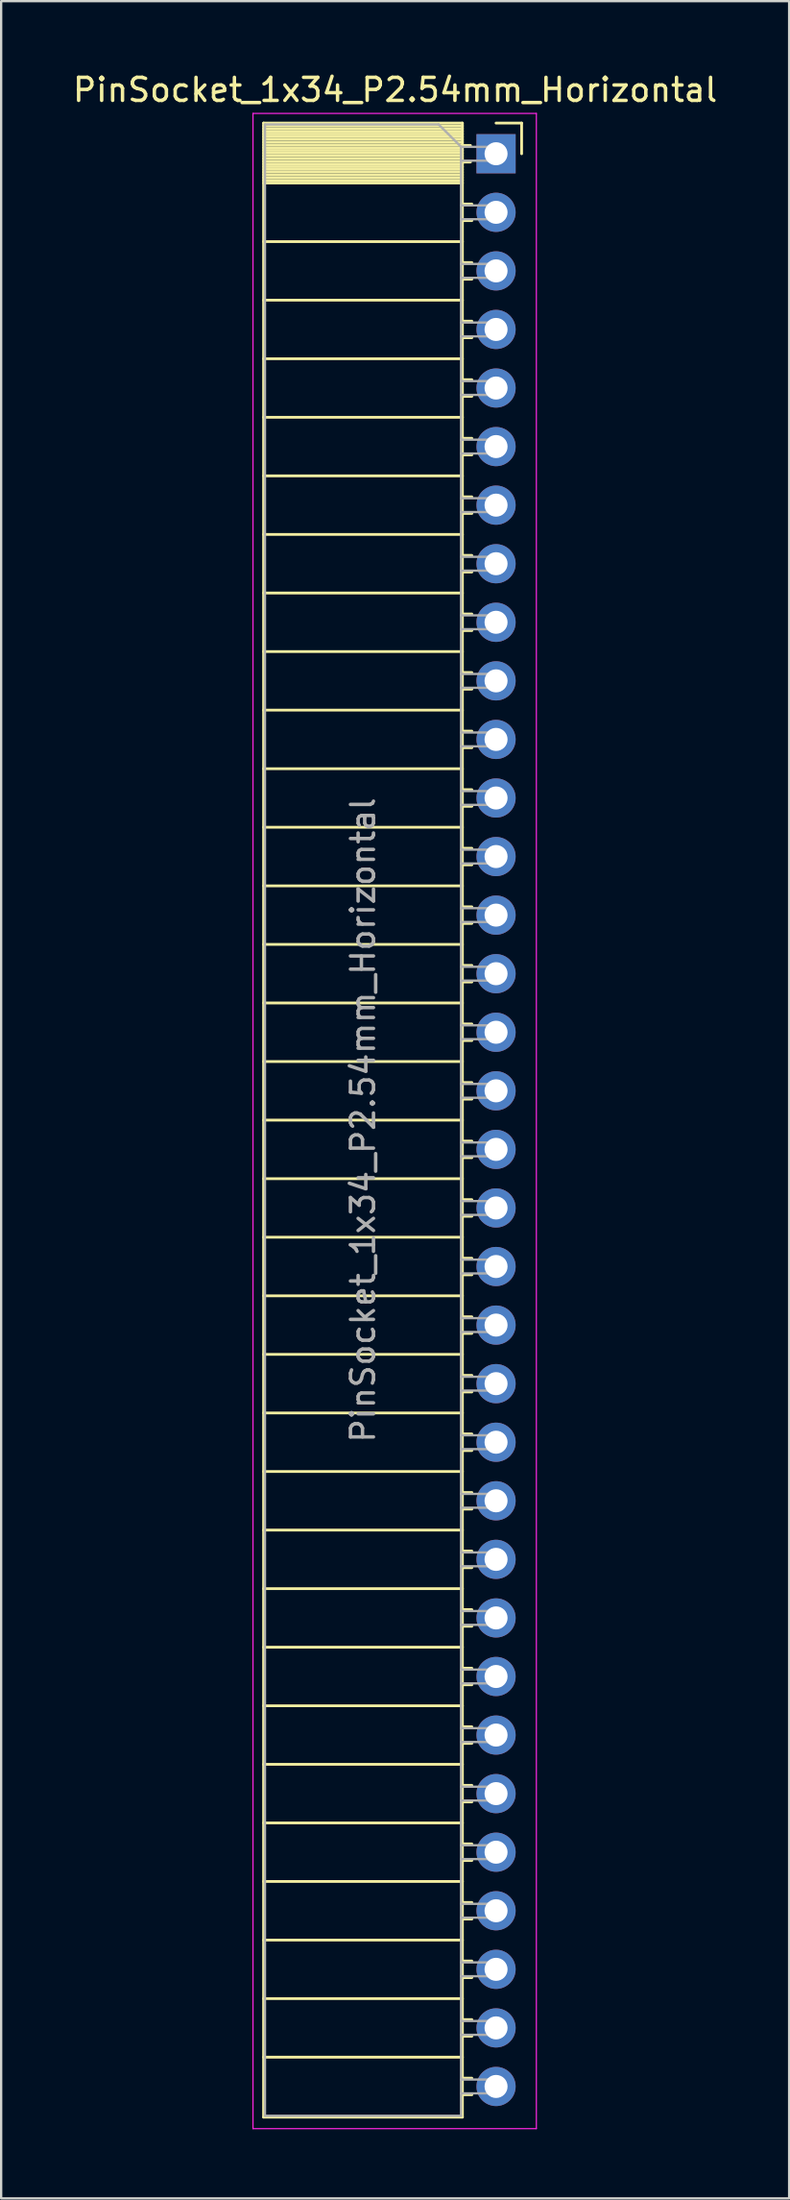
<source format=kicad_pcb>
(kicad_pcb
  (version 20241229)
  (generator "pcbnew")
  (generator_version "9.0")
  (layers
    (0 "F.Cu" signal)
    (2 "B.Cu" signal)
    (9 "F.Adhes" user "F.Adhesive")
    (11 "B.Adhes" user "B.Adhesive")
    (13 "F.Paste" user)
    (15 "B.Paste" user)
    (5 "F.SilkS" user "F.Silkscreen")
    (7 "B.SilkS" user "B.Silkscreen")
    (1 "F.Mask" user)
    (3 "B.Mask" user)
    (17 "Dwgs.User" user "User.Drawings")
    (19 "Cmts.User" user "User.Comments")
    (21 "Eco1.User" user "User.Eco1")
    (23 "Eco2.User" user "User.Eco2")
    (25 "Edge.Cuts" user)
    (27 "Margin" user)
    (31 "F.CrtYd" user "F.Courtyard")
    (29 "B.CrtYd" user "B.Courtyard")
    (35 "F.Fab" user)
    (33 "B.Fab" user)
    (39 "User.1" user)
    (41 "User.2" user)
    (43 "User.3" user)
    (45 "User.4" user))
  (footprint "PinSocket_1x34_P2.54mm_Horizontal"
    (layer "F.Cu")
    (at 18.481 3.618)
    (property "Reference" "PinSocket_1x34_P2.54mm_Horizontal" (at -4.38 -2.77 0) (layer "F.SilkS") (effects (font (size 1 1) (thickness 0.15))))
    (attr through_hole)
    (fp_line (start -10.09 -1.33) (end -10.09 85.15) (stroke (width 0.12) (type solid)) (layer "F.SilkS"))
    (fp_line (start -10.09 -1.33) (end -1.46 -1.33) (stroke (width 0.12) (type solid)) (layer "F.SilkS"))
    (fp_line (start -10.09 -1.21) (end -1.46 -1.21) (stroke (width 0.12) (type solid)) (layer "F.SilkS"))
    (fp_line (start -10.09 -1.092) (end -1.46 -1.092) (stroke (width 0.12) (type solid)) (layer "F.SilkS"))
    (fp_line (start -10.09 -0.974) (end -1.46 -0.974) (stroke (width 0.12) (type solid)) (layer "F.SilkS"))
    (fp_line (start -10.09 -0.856) (end -1.46 -0.856) (stroke (width 0.12) (type solid)) (layer "F.SilkS"))
    (fp_line (start -10.09 -0.738) (end -1.46 -0.738) (stroke (width 0.12) (type solid)) (layer "F.SilkS"))
    (fp_line (start -10.09 -0.62) (end -1.46 -0.62) (stroke (width 0.12) (type solid)) (layer "F.SilkS"))
    (fp_line (start -10.09 -0.501) (end -1.46 -0.501) (stroke (width 0.12) (type solid)) (layer "F.SilkS"))
    (fp_line (start -10.09 -0.383) (end -1.46 -0.383) (stroke (width 0.12) (type solid)) (layer "F.SilkS"))
    (fp_line (start -10.09 -0.265) (end -1.46 -0.265) (stroke (width 0.12) (type solid)) (layer "F.SilkS"))
    (fp_line (start -10.09 -0.147) (end -1.46 -0.147) (stroke (width 0.12) (type solid)) (layer "F.SilkS"))
    (fp_line (start -10.09 -0.029) (end -1.46 -0.029) (stroke (width 0.12) (type solid)) (layer "F.SilkS"))
    (fp_line (start -10.09 0.089) (end -1.46 0.089) (stroke (width 0.12) (type solid)) (layer "F.SilkS"))
    (fp_line (start -10.09 0.207) (end -1.46 0.207) (stroke (width 0.12) (type solid)) (layer "F.SilkS"))
    (fp_line (start -10.09 0.325) (end -1.46 0.325) (stroke (width 0.12) (type solid)) (layer "F.SilkS"))
    (fp_line (start -10.09 0.443) (end -1.46 0.443) (stroke (width 0.12) (type solid)) (layer "F.SilkS"))
    (fp_line (start -10.09 0.561) (end -1.46 0.561) (stroke (width 0.12) (type solid)) (layer "F.SilkS"))
    (fp_line (start -10.09 0.68) (end -1.46 0.68) (stroke (width 0.12) (type solid)) (layer "F.SilkS"))
    (fp_line (start -10.09 0.798) (end -1.46 0.798) (stroke (width 0.12) (type solid)) (layer "F.SilkS"))
    (fp_line (start -10.09 0.916) (end -1.46 0.916) (stroke (width 0.12) (type solid)) (layer "F.SilkS"))
    (fp_line (start -10.09 1.034) (end -1.46 1.034) (stroke (width 0.12) (type solid)) (layer "F.SilkS"))
    (fp_line (start -10.09 1.152) (end -1.46 1.152) (stroke (width 0.12) (type solid)) (layer "F.SilkS"))
    (fp_line (start -10.09 1.27) (end -1.46 1.27) (stroke (width 0.12) (type solid)) (layer "F.SilkS"))
    (fp_line (start -10.09 3.81) (end -1.46 3.81) (stroke (width 0.12) (type solid)) (layer "F.SilkS"))
    (fp_line (start -10.09 6.35) (end -1.46 6.35) (stroke (width 0.12) (type solid)) (layer "F.SilkS"))
    (fp_line (start -10.09 8.89) (end -1.46 8.89) (stroke (width 0.12) (type solid)) (layer "F.SilkS"))
    (fp_line (start -10.09 11.43) (end -1.46 11.43) (stroke (width 0.12) (type solid)) (layer "F.SilkS"))
    (fp_line (start -10.09 13.97) (end -1.46 13.97) (stroke (width 0.12) (type solid)) (layer "F.SilkS"))
    (fp_line (start -10.09 16.51) (end -1.46 16.51) (stroke (width 0.12) (type solid)) (layer "F.SilkS"))
    (fp_line (start -10.09 19.05) (end -1.46 19.05) (stroke (width 0.12) (type solid)) (layer "F.SilkS"))
    (fp_line (start -10.09 21.59) (end -1.46 21.59) (stroke (width 0.12) (type solid)) (layer "F.SilkS"))
    (fp_line (start -10.09 24.13) (end -1.46 24.13) (stroke (width 0.12) (type solid)) (layer "F.SilkS"))
    (fp_line (start -10.09 26.67) (end -1.46 26.67) (stroke (width 0.12) (type solid)) (layer "F.SilkS"))
    (fp_line (start -10.09 29.21) (end -1.46 29.21) (stroke (width 0.12) (type solid)) (layer "F.SilkS"))
    (fp_line (start -10.09 31.75) (end -1.46 31.75) (stroke (width 0.12) (type solid)) (layer "F.SilkS"))
    (fp_line (start -10.09 34.29) (end -1.46 34.29) (stroke (width 0.12) (type solid)) (layer "F.SilkS"))
    (fp_line (start -10.09 36.83) (end -1.46 36.83) (stroke (width 0.12) (type solid)) (layer "F.SilkS"))
    (fp_line (start -10.09 39.37) (end -1.46 39.37) (stroke (width 0.12) (type solid)) (layer "F.SilkS"))
    (fp_line (start -10.09 41.91) (end -1.46 41.91) (stroke (width 0.12) (type solid)) (layer "F.SilkS"))
    (fp_line (start -10.09 44.45) (end -1.46 44.45) (stroke (width 0.12) (type solid)) (layer "F.SilkS"))
    (fp_line (start -10.09 46.99) (end -1.46 46.99) (stroke (width 0.12) (type solid)) (layer "F.SilkS"))
    (fp_line (start -10.09 49.53) (end -1.46 49.53) (stroke (width 0.12) (type solid)) (layer "F.SilkS"))
    (fp_line (start -10.09 52.07) (end -1.46 52.07) (stroke (width 0.12) (type solid)) (layer "F.SilkS"))
    (fp_line (start -10.09 54.61) (end -1.46 54.61) (stroke (width 0.12) (type solid)) (layer "F.SilkS"))
    (fp_line (start -10.09 57.15) (end -1.46 57.15) (stroke (width 0.12) (type solid)) (layer "F.SilkS"))
    (fp_line (start -10.09 59.69) (end -1.46 59.69) (stroke (width 0.12) (type solid)) (layer "F.SilkS"))
    (fp_line (start -10.09 62.23) (end -1.46 62.23) (stroke (width 0.12) (type solid)) (layer "F.SilkS"))
    (fp_line (start -10.09 64.77) (end -1.46 64.77) (stroke (width 0.12) (type solid)) (layer "F.SilkS"))
    (fp_line (start -10.09 67.31) (end -1.46 67.31) (stroke (width 0.12) (type solid)) (layer "F.SilkS"))
    (fp_line (start -10.09 69.85) (end -1.46 69.85) (stroke (width 0.12) (type solid)) (layer "F.SilkS"))
    (fp_line (start -10.09 72.39) (end -1.46 72.39) (stroke (width 0.12) (type solid)) (layer "F.SilkS"))
    (fp_line (start -10.09 74.93) (end -1.46 74.93) (stroke (width 0.12) (type solid)) (layer "F.SilkS"))
    (fp_line (start -10.09 77.47) (end -1.46 77.47) (stroke (width 0.12) (type solid)) (layer "F.SilkS"))
    (fp_line (start -10.09 80.01) (end -1.46 80.01) (stroke (width 0.12) (type solid)) (layer "F.SilkS"))
    (fp_line (start -10.09 82.55) (end -1.46 82.55) (stroke (width 0.12) (type solid)) (layer "F.SilkS"))
    (fp_line (start -10.09 85.15) (end -1.46 85.15) (stroke (width 0.12) (type solid)) (layer "F.SilkS"))
    (fp_line (start -1.46 -1.33) (end -1.46 85.15) (stroke (width 0.12) (type solid)) (layer "F.SilkS"))
    (fp_line (start -1.46 -0.36) (end -1.11 -0.36) (stroke (width 0.12) (type solid)) (layer "F.SilkS"))
    (fp_line (start -1.46 0.36) (end -1.11 0.36) (stroke (width 0.12) (type solid)) (layer "F.SilkS"))
    (fp_line (start -1.46 2.18) (end -1.05 2.18) (stroke (width 0.12) (type solid)) (layer "F.SilkS"))
    (fp_line (start -1.46 2.9) (end -1.05 2.9) (stroke (width 0.12) (type solid)) (layer "F.SilkS"))
    (fp_line (start -1.46 4.72) (end -1.05 4.72) (stroke (width 0.12) (type solid)) (layer "F.SilkS"))
    (fp_line (start -1.46 5.44) (end -1.05 5.44) (stroke (width 0.12) (type solid)) (layer "F.SilkS"))
    (fp_line (start -1.46 7.26) (end -1.05 7.26) (stroke (width 0.12) (type solid)) (layer "F.SilkS"))
    (fp_line (start -1.46 7.98) (end -1.05 7.98) (stroke (width 0.12) (type solid)) (layer "F.SilkS"))
    (fp_line (start -1.46 9.8) (end -1.05 9.8) (stroke (width 0.12) (type solid)) (layer "F.SilkS"))
    (fp_line (start -1.46 10.52) (end -1.05 10.52) (stroke (width 0.12) (type solid)) (layer "F.SilkS"))
    (fp_line (start -1.46 12.34) (end -1.05 12.34) (stroke (width 0.12) (type solid)) (layer "F.SilkS"))
    (fp_line (start -1.46 13.06) (end -1.05 13.06) (stroke (width 0.12) (type solid)) (layer "F.SilkS"))
    (fp_line (start -1.46 14.88) (end -1.05 14.88) (stroke (width 0.12) (type solid)) (layer "F.SilkS"))
    (fp_line (start -1.46 15.6) (end -1.05 15.6) (stroke (width 0.12) (type solid)) (layer "F.SilkS"))
    (fp_line (start -1.46 17.42) (end -1.05 17.42) (stroke (width 0.12) (type solid)) (layer "F.SilkS"))
    (fp_line (start -1.46 18.14) (end -1.05 18.14) (stroke (width 0.12) (type solid)) (layer "F.SilkS"))
    (fp_line (start -1.46 19.96) (end -1.05 19.96) (stroke (width 0.12) (type solid)) (layer "F.SilkS"))
    (fp_line (start -1.46 20.68) (end -1.05 20.68) (stroke (width 0.12) (type solid)) (layer "F.SilkS"))
    (fp_line (start -1.46 22.5) (end -1.05 22.5) (stroke (width 0.12) (type solid)) (layer "F.SilkS"))
    (fp_line (start -1.46 23.22) (end -1.05 23.22) (stroke (width 0.12) (type solid)) (layer "F.SilkS"))
    (fp_line (start -1.46 25.04) (end -1.05 25.04) (stroke (width 0.12) (type solid)) (layer "F.SilkS"))
    (fp_line (start -1.46 25.76) (end -1.05 25.76) (stroke (width 0.12) (type solid)) (layer "F.SilkS"))
    (fp_line (start -1.46 27.58) (end -1.05 27.58) (stroke (width 0.12) (type solid)) (layer "F.SilkS"))
    (fp_line (start -1.46 28.3) (end -1.05 28.3) (stroke (width 0.12) (type solid)) (layer "F.SilkS"))
    (fp_line (start -1.46 30.12) (end -1.05 30.12) (stroke (width 0.12) (type solid)) (layer "F.SilkS"))
    (fp_line (start -1.46 30.84) (end -1.05 30.84) (stroke (width 0.12) (type solid)) (layer "F.SilkS"))
    (fp_line (start -1.46 32.66) (end -1.05 32.66) (stroke (width 0.12) (type solid)) (layer "F.SilkS"))
    (fp_line (start -1.46 33.38) (end -1.05 33.38) (stroke (width 0.12) (type solid)) (layer "F.SilkS"))
    (fp_line (start -1.46 35.2) (end -1.05 35.2) (stroke (width 0.12) (type solid)) (layer "F.SilkS"))
    (fp_line (start -1.46 35.92) (end -1.05 35.92) (stroke (width 0.12) (type solid)) (layer "F.SilkS"))
    (fp_line (start -1.46 37.74) (end -1.05 37.74) (stroke (width 0.12) (type solid)) (layer "F.SilkS"))
    (fp_line (start -1.46 38.46) (end -1.05 38.46) (stroke (width 0.12) (type solid)) (layer "F.SilkS"))
    (fp_line (start -1.46 40.28) (end -1.05 40.28) (stroke (width 0.12) (type solid)) (layer "F.SilkS"))
    (fp_line (start -1.46 41) (end -1.05 41) (stroke (width 0.12) (type solid)) (layer "F.SilkS"))
    (fp_line (start -1.46 42.82) (end -1.05 42.82) (stroke (width 0.12) (type solid)) (layer "F.SilkS"))
    (fp_line (start -1.46 43.54) (end -1.05 43.54) (stroke (width 0.12) (type solid)) (layer "F.SilkS"))
    (fp_line (start -1.46 45.36) (end -1.05 45.36) (stroke (width 0.12) (type solid)) (layer "F.SilkS"))
    (fp_line (start -1.46 46.08) (end -1.05 46.08) (stroke (width 0.12) (type solid)) (layer "F.SilkS"))
    (fp_line (start -1.46 47.9) (end -1.05 47.9) (stroke (width 0.12) (type solid)) (layer "F.SilkS"))
    (fp_line (start -1.46 48.62) (end -1.05 48.62) (stroke (width 0.12) (type solid)) (layer "F.SilkS"))
    (fp_line (start -1.46 50.44) (end -1.05 50.44) (stroke (width 0.12) (type solid)) (layer "F.SilkS"))
    (fp_line (start -1.46 51.16) (end -1.05 51.16) (stroke (width 0.12) (type solid)) (layer "F.SilkS"))
    (fp_line (start -1.46 52.98) (end -1.05 52.98) (stroke (width 0.12) (type solid)) (layer "F.SilkS"))
    (fp_line (start -1.46 53.7) (end -1.05 53.7) (stroke (width 0.12) (type solid)) (layer "F.SilkS"))
    (fp_line (start -1.46 55.52) (end -1.05 55.52) (stroke (width 0.12) (type solid)) (layer "F.SilkS"))
    (fp_line (start -1.46 56.24) (end -1.05 56.24) (stroke (width 0.12) (type solid)) (layer "F.SilkS"))
    (fp_line (start -1.46 58.06) (end -1.05 58.06) (stroke (width 0.12) (type solid)) (layer "F.SilkS"))
    (fp_line (start -1.46 58.78) (end -1.05 58.78) (stroke (width 0.12) (type solid)) (layer "F.SilkS"))
    (fp_line (start -1.46 60.6) (end -1.05 60.6) (stroke (width 0.12) (type solid)) (layer "F.SilkS"))
    (fp_line (start -1.46 61.32) (end -1.05 61.32) (stroke (width 0.12) (type solid)) (layer "F.SilkS"))
    (fp_line (start -1.46 63.14) (end -1.05 63.14) (stroke (width 0.12) (type solid)) (layer "F.SilkS"))
    (fp_line (start -1.46 63.86) (end -1.05 63.86) (stroke (width 0.12) (type solid)) (layer "F.SilkS"))
    (fp_line (start -1.46 65.68) (end -1.05 65.68) (stroke (width 0.12) (type solid)) (layer "F.SilkS"))
    (fp_line (start -1.46 66.4) (end -1.05 66.4) (stroke (width 0.12) (type solid)) (layer "F.SilkS"))
    (fp_line (start -1.46 68.22) (end -1.05 68.22) (stroke (width 0.12) (type solid)) (layer "F.SilkS"))
    (fp_line (start -1.46 68.94) (end -1.05 68.94) (stroke (width 0.12) (type solid)) (layer "F.SilkS"))
    (fp_line (start -1.46 70.76) (end -1.05 70.76) (stroke (width 0.12) (type solid)) (layer "F.SilkS"))
    (fp_line (start -1.46 71.48) (end -1.05 71.48) (stroke (width 0.12) (type solid)) (layer "F.SilkS"))
    (fp_line (start -1.46 73.3) (end -1.05 73.3) (stroke (width 0.12) (type solid)) (layer "F.SilkS"))
    (fp_line (start -1.46 74.02) (end -1.05 74.02) (stroke (width 0.12) (type solid)) (layer "F.SilkS"))
    (fp_line (start -1.46 75.84) (end -1.05 75.84) (stroke (width 0.12) (type solid)) (layer "F.SilkS"))
    (fp_line (start -1.46 76.56) (end -1.05 76.56) (stroke (width 0.12) (type solid)) (layer "F.SilkS"))
    (fp_line (start -1.46 78.38) (end -1.05 78.38) (stroke (width 0.12) (type solid)) (layer "F.SilkS"))
    (fp_line (start -1.46 79.1) (end -1.05 79.1) (stroke (width 0.12) (type solid)) (layer "F.SilkS"))
    (fp_line (start -1.46 80.92) (end -1.05 80.92) (stroke (width 0.12) (type solid)) (layer "F.SilkS"))
    (fp_line (start -1.46 81.64) (end -1.05 81.64) (stroke (width 0.12) (type solid)) (layer "F.SilkS"))
    (fp_line (start -1.46 83.46) (end -1.05 83.46) (stroke (width 0.12) (type solid)) (layer "F.SilkS"))
    (fp_line (start -1.46 84.18) (end -1.05 84.18) (stroke (width 0.12) (type solid)) (layer "F.SilkS"))
    (fp_line (start 0 -1.33) (end 1.11 -1.33) (stroke (width 0.12) (type solid)) (layer "F.SilkS"))
    (fp_line (start 1.11 -1.33) (end 1.11 0) (stroke (width 0.12) (type solid)) (layer "F.SilkS"))
    (fp_line (start -10.55 -1.75) (end -10.55 85.65) (stroke (width 0.05) (type solid)) (layer "F.CrtYd"))
    (fp_line (start -10.55 85.65) (end 1.75 85.65) (stroke (width 0.05) (type solid)) (layer "F.CrtYd"))
    (fp_line (start 1.75 -1.75) (end -10.55 -1.75) (stroke (width 0.05) (type solid)) (layer "F.CrtYd"))
    (fp_line (start 1.75 85.65) (end 1.75 -1.75) (stroke (width 0.05) (type solid)) (layer "F.CrtYd"))
    (fp_line (start -10.03 -1.27) (end -2.49 -1.27) (stroke (width 0.1) (type solid)) (layer "F.Fab"))
    (fp_line (start -10.03 85.09) (end -10.03 -1.27) (stroke (width 0.1) (type solid)) (layer "F.Fab"))
    (fp_line (start -2.49 -1.27) (end -1.52 -0.3) (stroke (width 0.1) (type solid)) (layer "F.Fab"))
    (fp_line (start -1.52 -0.3) (end -1.52 85.09) (stroke (width 0.1) (type solid)) (layer "F.Fab"))
    (fp_line (start -1.52 0.3) (end 0 0.3) (stroke (width 0.1) (type solid)) (layer "F.Fab"))
    (fp_line (start -1.52 2.84) (end 0 2.84) (stroke (width 0.1) (type solid)) (layer "F.Fab"))
    (fp_line (start -1.52 5.38) (end 0 5.38) (stroke (width 0.1) (type solid)) (layer "F.Fab"))
    (fp_line (start -1.52 7.92) (end 0 7.92) (stroke (width 0.1) (type solid)) (layer "F.Fab"))
    (fp_line (start -1.52 10.46) (end 0 10.46) (stroke (width 0.1) (type solid)) (layer "F.Fab"))
    (fp_line (start -1.52 13) (end 0 13) (stroke (width 0.1) (type solid)) (layer "F.Fab"))
    (fp_line (start -1.52 15.54) (end 0 15.54) (stroke (width 0.1) (type solid)) (layer "F.Fab"))
    (fp_line (start -1.52 18.08) (end 0 18.08) (stroke (width 0.1) (type solid)) (layer "F.Fab"))
    (fp_line (start -1.52 20.62) (end 0 20.62) (stroke (width 0.1) (type solid)) (layer "F.Fab"))
    (fp_line (start -1.52 23.16) (end 0 23.16) (stroke (width 0.1) (type solid)) (layer "F.Fab"))
    (fp_line (start -1.52 25.7) (end 0 25.7) (stroke (width 0.1) (type solid)) (layer "F.Fab"))
    (fp_line (start -1.52 28.24) (end 0 28.24) (stroke (width 0.1) (type solid)) (layer "F.Fab"))
    (fp_line (start -1.52 30.78) (end 0 30.78) (stroke (width 0.1) (type solid)) (layer "F.Fab"))
    (fp_line (start -1.52 33.32) (end 0 33.32) (stroke (width 0.1) (type solid)) (layer "F.Fab"))
    (fp_line (start -1.52 35.86) (end 0 35.86) (stroke (width 0.1) (type solid)) (layer "F.Fab"))
    (fp_line (start -1.52 38.4) (end 0 38.4) (stroke (width 0.1) (type solid)) (layer "F.Fab"))
    (fp_line (start -1.52 40.94) (end 0 40.94) (stroke (width 0.1) (type solid)) (layer "F.Fab"))
    (fp_line (start -1.52 43.48) (end 0 43.48) (stroke (width 0.1) (type solid)) (layer "F.Fab"))
    (fp_line (start -1.52 46.02) (end 0 46.02) (stroke (width 0.1) (type solid)) (layer "F.Fab"))
    (fp_line (start -1.52 48.56) (end 0 48.56) (stroke (width 0.1) (type solid)) (layer "F.Fab"))
    (fp_line (start -1.52 51.1) (end 0 51.1) (stroke (width 0.1) (type solid)) (layer "F.Fab"))
    (fp_line (start -1.52 53.64) (end 0 53.64) (stroke (width 0.1) (type solid)) (layer "F.Fab"))
    (fp_line (start -1.52 56.18) (end 0 56.18) (stroke (width 0.1) (type solid)) (layer "F.Fab"))
    (fp_line (start -1.52 58.72) (end 0 58.72) (stroke (width 0.1) (type solid)) (layer "F.Fab"))
    (fp_line (start -1.52 61.26) (end 0 61.26) (stroke (width 0.1) (type solid)) (layer "F.Fab"))
    (fp_line (start -1.52 63.8) (end 0 63.8) (stroke (width 0.1) (type solid)) (layer "F.Fab"))
    (fp_line (start -1.52 66.34) (end 0 66.34) (stroke (width 0.1) (type solid)) (layer "F.Fab"))
    (fp_line (start -1.52 68.88) (end 0 68.88) (stroke (width 0.1) (type solid)) (layer "F.Fab"))
    (fp_line (start -1.52 71.42) (end 0 71.42) (stroke (width 0.1) (type solid)) (layer "F.Fab"))
    (fp_line (start -1.52 73.96) (end 0 73.96) (stroke (width 0.1) (type solid)) (layer "F.Fab"))
    (fp_line (start -1.52 76.5) (end 0 76.5) (stroke (width 0.1) (type solid)) (layer "F.Fab"))
    (fp_line (start -1.52 79.04) (end 0 79.04) (stroke (width 0.1) (type solid)) (layer "F.Fab"))
    (fp_line (start -1.52 81.58) (end 0 81.58) (stroke (width 0.1) (type solid)) (layer "F.Fab"))
    (fp_line (start -1.52 84.12) (end 0 84.12) (stroke (width 0.1) (type solid)) (layer "F.Fab"))
    (fp_line (start -1.52 85.09) (end -10.03 85.09) (stroke (width 0.1) (type solid)) (layer "F.Fab"))
    (fp_line (start 0 -0.3) (end -1.52 -0.3) (stroke (width 0.1) (type solid)) (layer "F.Fab"))
    (fp_line (start 0 0.3) (end 0 -0.3) (stroke (width 0.1) (type solid)) (layer "F.Fab"))
    (fp_line (start 0 2.24) (end -1.52 2.24) (stroke (width 0.1) (type solid)) (layer "F.Fab"))
    (fp_line (start 0 2.84) (end 0 2.24) (stroke (width 0.1) (type solid)) (layer "F.Fab"))
    (fp_line (start 0 4.78) (end -1.52 4.78) (stroke (width 0.1) (type solid)) (layer "F.Fab"))
    (fp_line (start 0 5.38) (end 0 4.78) (stroke (width 0.1) (type solid)) (layer "F.Fab"))
    (fp_line (start 0 7.32) (end -1.52 7.32) (stroke (width 0.1) (type solid)) (layer "F.Fab"))
    (fp_line (start 0 7.92) (end 0 7.32) (stroke (width 0.1) (type solid)) (layer "F.Fab"))
    (fp_line (start 0 9.86) (end -1.52 9.86) (stroke (width 0.1) (type solid)) (layer "F.Fab"))
    (fp_line (start 0 10.46) (end 0 9.86) (stroke (width 0.1) (type solid)) (layer "F.Fab"))
    (fp_line (start 0 12.4) (end -1.52 12.4) (stroke (width 0.1) (type solid)) (layer "F.Fab"))
    (fp_line (start 0 13) (end 0 12.4) (stroke (width 0.1) (type solid)) (layer "F.Fab"))
    (fp_line (start 0 14.94) (end -1.52 14.94) (stroke (width 0.1) (type solid)) (layer "F.Fab"))
    (fp_line (start 0 15.54) (end 0 14.94) (stroke (width 0.1) (type solid)) (layer "F.Fab"))
    (fp_line (start 0 17.48) (end -1.52 17.48) (stroke (width 0.1) (type solid)) (layer "F.Fab"))
    (fp_line (start 0 18.08) (end 0 17.48) (stroke (width 0.1) (type solid)) (layer "F.Fab"))
    (fp_line (start 0 20.02) (end -1.52 20.02) (stroke (width 0.1) (type solid)) (layer "F.Fab"))
    (fp_line (start 0 20.62) (end 0 20.02) (stroke (width 0.1) (type solid)) (layer "F.Fab"))
    (fp_line (start 0 22.56) (end -1.52 22.56) (stroke (width 0.1) (type solid)) (layer "F.Fab"))
    (fp_line (start 0 23.16) (end 0 22.56) (stroke (width 0.1) (type solid)) (layer "F.Fab"))
    (fp_line (start 0 25.1) (end -1.52 25.1) (stroke (width 0.1) (type solid)) (layer "F.Fab"))
    (fp_line (start 0 25.7) (end 0 25.1) (stroke (width 0.1) (type solid)) (layer "F.Fab"))
    (fp_line (start 0 27.64) (end -1.52 27.64) (stroke (width 0.1) (type solid)) (layer "F.Fab"))
    (fp_line (start 0 28.24) (end 0 27.64) (stroke (width 0.1) (type solid)) (layer "F.Fab"))
    (fp_line (start 0 30.18) (end -1.52 30.18) (stroke (width 0.1) (type solid)) (layer "F.Fab"))
    (fp_line (start 0 30.78) (end 0 30.18) (stroke (width 0.1) (type solid)) (layer "F.Fab"))
    (fp_line (start 0 32.72) (end -1.52 32.72) (stroke (width 0.1) (type solid)) (layer "F.Fab"))
    (fp_line (start 0 33.32) (end 0 32.72) (stroke (width 0.1) (type solid)) (layer "F.Fab"))
    (fp_line (start 0 35.26) (end -1.52 35.26) (stroke (width 0.1) (type solid)) (layer "F.Fab"))
    (fp_line (start 0 35.86) (end 0 35.26) (stroke (width 0.1) (type solid)) (layer "F.Fab"))
    (fp_line (start 0 37.8) (end -1.52 37.8) (stroke (width 0.1) (type solid)) (layer "F.Fab"))
    (fp_line (start 0 38.4) (end 0 37.8) (stroke (width 0.1) (type solid)) (layer "F.Fab"))
    (fp_line (start 0 40.34) (end -1.52 40.34) (stroke (width 0.1) (type solid)) (layer "F.Fab"))
    (fp_line (start 0 40.94) (end 0 40.34) (stroke (width 0.1) (type solid)) (layer "F.Fab"))
    (fp_line (start 0 42.88) (end -1.52 42.88) (stroke (width 0.1) (type solid)) (layer "F.Fab"))
    (fp_line (start 0 43.48) (end 0 42.88) (stroke (width 0.1) (type solid)) (layer "F.Fab"))
    (fp_line (start 0 45.42) (end -1.52 45.42) (stroke (width 0.1) (type solid)) (layer "F.Fab"))
    (fp_line (start 0 46.02) (end 0 45.42) (stroke (width 0.1) (type solid)) (layer "F.Fab"))
    (fp_line (start 0 47.96) (end -1.52 47.96) (stroke (width 0.1) (type solid)) (layer "F.Fab"))
    (fp_line (start 0 48.56) (end 0 47.96) (stroke (width 0.1) (type solid)) (layer "F.Fab"))
    (fp_line (start 0 50.5) (end -1.52 50.5) (stroke (width 0.1) (type solid)) (layer "F.Fab"))
    (fp_line (start 0 51.1) (end 0 50.5) (stroke (width 0.1) (type solid)) (layer "F.Fab"))
    (fp_line (start 0 53.04) (end -1.52 53.04) (stroke (width 0.1) (type solid)) (layer "F.Fab"))
    (fp_line (start 0 53.64) (end 0 53.04) (stroke (width 0.1) (type solid)) (layer "F.Fab"))
    (fp_line (start 0 55.58) (end -1.52 55.58) (stroke (width 0.1) (type solid)) (layer "F.Fab"))
    (fp_line (start 0 56.18) (end 0 55.58) (stroke (width 0.1) (type solid)) (layer "F.Fab"))
    (fp_line (start 0 58.12) (end -1.52 58.12) (stroke (width 0.1) (type solid)) (layer "F.Fab"))
    (fp_line (start 0 58.72) (end 0 58.12) (stroke (width 0.1) (type solid)) (layer "F.Fab"))
    (fp_line (start 0 60.66) (end -1.52 60.66) (stroke (width 0.1) (type solid)) (layer "F.Fab"))
    (fp_line (start 0 61.26) (end 0 60.66) (stroke (width 0.1) (type solid)) (layer "F.Fab"))
    (fp_line (start 0 63.2) (end -1.52 63.2) (stroke (width 0.1) (type solid)) (layer "F.Fab"))
    (fp_line (start 0 63.8) (end 0 63.2) (stroke (width 0.1) (type solid)) (layer "F.Fab"))
    (fp_line (start 0 65.74) (end -1.52 65.74) (stroke (width 0.1) (type solid)) (layer "F.Fab"))
    (fp_line (start 0 66.34) (end 0 65.74) (stroke (width 0.1) (type solid)) (layer "F.Fab"))
    (fp_line (start 0 68.28) (end -1.52 68.28) (stroke (width 0.1) (type solid)) (layer "F.Fab"))
    (fp_line (start 0 68.88) (end 0 68.28) (stroke (width 0.1) (type solid)) (layer "F.Fab"))
    (fp_line (start 0 70.82) (end -1.52 70.82) (stroke (width 0.1) (type solid)) (layer "F.Fab"))
    (fp_line (start 0 71.42) (end 0 70.82) (stroke (width 0.1) (type solid)) (layer "F.Fab"))
    (fp_line (start 0 73.36) (end -1.52 73.36) (stroke (width 0.1) (type solid)) (layer "F.Fab"))
    (fp_line (start 0 73.96) (end 0 73.36) (stroke (width 0.1) (type solid)) (layer "F.Fab"))
    (fp_line (start 0 75.9) (end -1.52 75.9) (stroke (width 0.1) (type solid)) (layer "F.Fab"))
    (fp_line (start 0 76.5) (end 0 75.9) (stroke (width 0.1) (type solid)) (layer "F.Fab"))
    (fp_line (start 0 78.44) (end -1.52 78.44) (stroke (width 0.1) (type solid)) (layer "F.Fab"))
    (fp_line (start 0 79.04) (end 0 78.44) (stroke (width 0.1) (type solid)) (layer "F.Fab"))
    (fp_line (start 0 80.98) (end -1.52 80.98) (stroke (width 0.1) (type solid)) (layer "F.Fab"))
    (fp_line (start 0 81.58) (end 0 80.98) (stroke (width 0.1) (type solid)) (layer "F.Fab"))
    (fp_line (start 0 83.52) (end -1.52 83.52) (stroke (width 0.1) (type solid)) (layer "F.Fab"))
    (fp_line (start 0 84.12) (end 0 83.52) (stroke (width 0.1) (type solid)) (layer "F.Fab"))
    (fp_text user "${REFERENCE}" (at -5.775 41.91 90) (layer "F.Fab") (effects (font (size 1 1) (thickness 0.15))))
    (pad "1" thru_hole rect (at 0 0) (size 1.7 1.7) (drill 1) (layers "*.Cu" "*.Mask"))
    (pad "2" thru_hole oval (at 0 2.54) (size 1.7 1.7) (drill 1) (layers "*.Cu" "*.Mask"))
    (pad "3" thru_hole oval (at 0 5.08) (size 1.7 1.7) (drill 1) (layers "*.Cu" "*.Mask"))
    (pad "4" thru_hole oval (at 0 7.62) (size 1.7 1.7) (drill 1) (layers "*.Cu" "*.Mask"))
    (pad "5" thru_hole oval (at 0 10.16) (size 1.7 1.7) (drill 1) (layers "*.Cu" "*.Mask"))
    (pad "6" thru_hole oval (at 0 12.7) (size 1.7 1.7) (drill 1) (layers "*.Cu" "*.Mask"))
    (pad "7" thru_hole oval (at 0 15.24) (size 1.7 1.7) (drill 1) (layers "*.Cu" "*.Mask"))
    (pad "8" thru_hole oval (at 0 17.78) (size 1.7 1.7) (drill 1) (layers "*.Cu" "*.Mask"))
    (pad "9" thru_hole oval (at 0 20.32) (size 1.7 1.7) (drill 1) (layers "*.Cu" "*.Mask"))
    (pad "10" thru_hole oval (at 0 22.86) (size 1.7 1.7) (drill 1) (layers "*.Cu" "*.Mask"))
    (pad "11" thru_hole oval (at 0 25.4) (size 1.7 1.7) (drill 1) (layers "*.Cu" "*.Mask"))
    (pad "12" thru_hole oval (at 0 27.94) (size 1.7 1.7) (drill 1) (layers "*.Cu" "*.Mask"))
    (pad "13" thru_hole oval (at 0 30.48) (size 1.7 1.7) (drill 1) (layers "*.Cu" "*.Mask"))
    (pad "14" thru_hole oval (at 0 33.02) (size 1.7 1.7) (drill 1) (layers "*.Cu" "*.Mask"))
    (pad "15" thru_hole oval (at 0 35.56) (size 1.7 1.7) (drill 1) (layers "*.Cu" "*.Mask"))
    (pad "16" thru_hole oval (at 0 38.1) (size 1.7 1.7) (drill 1) (layers "*.Cu" "*.Mask"))
    (pad "17" thru_hole oval (at 0 40.64) (size 1.7 1.7) (drill 1) (layers "*.Cu" "*.Mask"))
    (pad "18" thru_hole oval (at 0 43.18) (size 1.7 1.7) (drill 1) (layers "*.Cu" "*.Mask"))
    (pad "19" thru_hole oval (at 0 45.72) (size 1.7 1.7) (drill 1) (layers "*.Cu" "*.Mask"))
    (pad "20" thru_hole oval (at 0 48.26) (size 1.7 1.7) (drill 1) (layers "*.Cu" "*.Mask"))
    (pad "21" thru_hole oval (at 0 50.8) (size 1.7 1.7) (drill 1) (layers "*.Cu" "*.Mask"))
    (pad "22" thru_hole oval (at 0 53.34) (size 1.7 1.7) (drill 1) (layers "*.Cu" "*.Mask"))
    (pad "23" thru_hole oval (at 0 55.88) (size 1.7 1.7) (drill 1) (layers "*.Cu" "*.Mask"))
    (pad "24" thru_hole oval (at 0 58.42) (size 1.7 1.7) (drill 1) (layers "*.Cu" "*.Mask"))
    (pad "25" thru_hole oval (at 0 60.96) (size 1.7 1.7) (drill 1) (layers "*.Cu" "*.Mask"))
    (pad "26" thru_hole oval (at 0 63.5) (size 1.7 1.7) (drill 1) (layers "*.Cu" "*.Mask"))
    (pad "27" thru_hole oval (at 0 66.04) (size 1.7 1.7) (drill 1) (layers "*.Cu" "*.Mask"))
    (pad "28" thru_hole oval (at 0 68.58) (size 1.7 1.7) (drill 1) (layers "*.Cu" "*.Mask"))
    (pad "29" thru_hole oval (at 0 71.12) (size 1.7 1.7) (drill 1) (layers "*.Cu" "*.Mask"))
    (pad "30" thru_hole oval (at 0 73.66) (size 1.7 1.7) (drill 1) (layers "*.Cu" "*.Mask"))
    (pad "31" thru_hole oval (at 0 76.2) (size 1.7 1.7) (drill 1) (layers "*.Cu" "*.Mask"))
    (pad "32" thru_hole oval (at 0 78.74) (size 1.7 1.7) (drill 1) (layers "*.Cu" "*.Mask"))
    (pad "33" thru_hole oval (at 0 81.28) (size 1.7 1.7) (drill 1) (layers "*.Cu" "*.Mask"))
    (pad "34" thru_hole oval (at 0 83.82) (size 1.7 1.7) (drill 1) (layers "*.Cu" "*.Mask")))
  (gr_rect
    (start -3 -3)
    (end 31.202 92.293)
    (stroke (width 0.1) (type default))
    (fill no)
    (layer "Edge.Cuts")))
</source>
